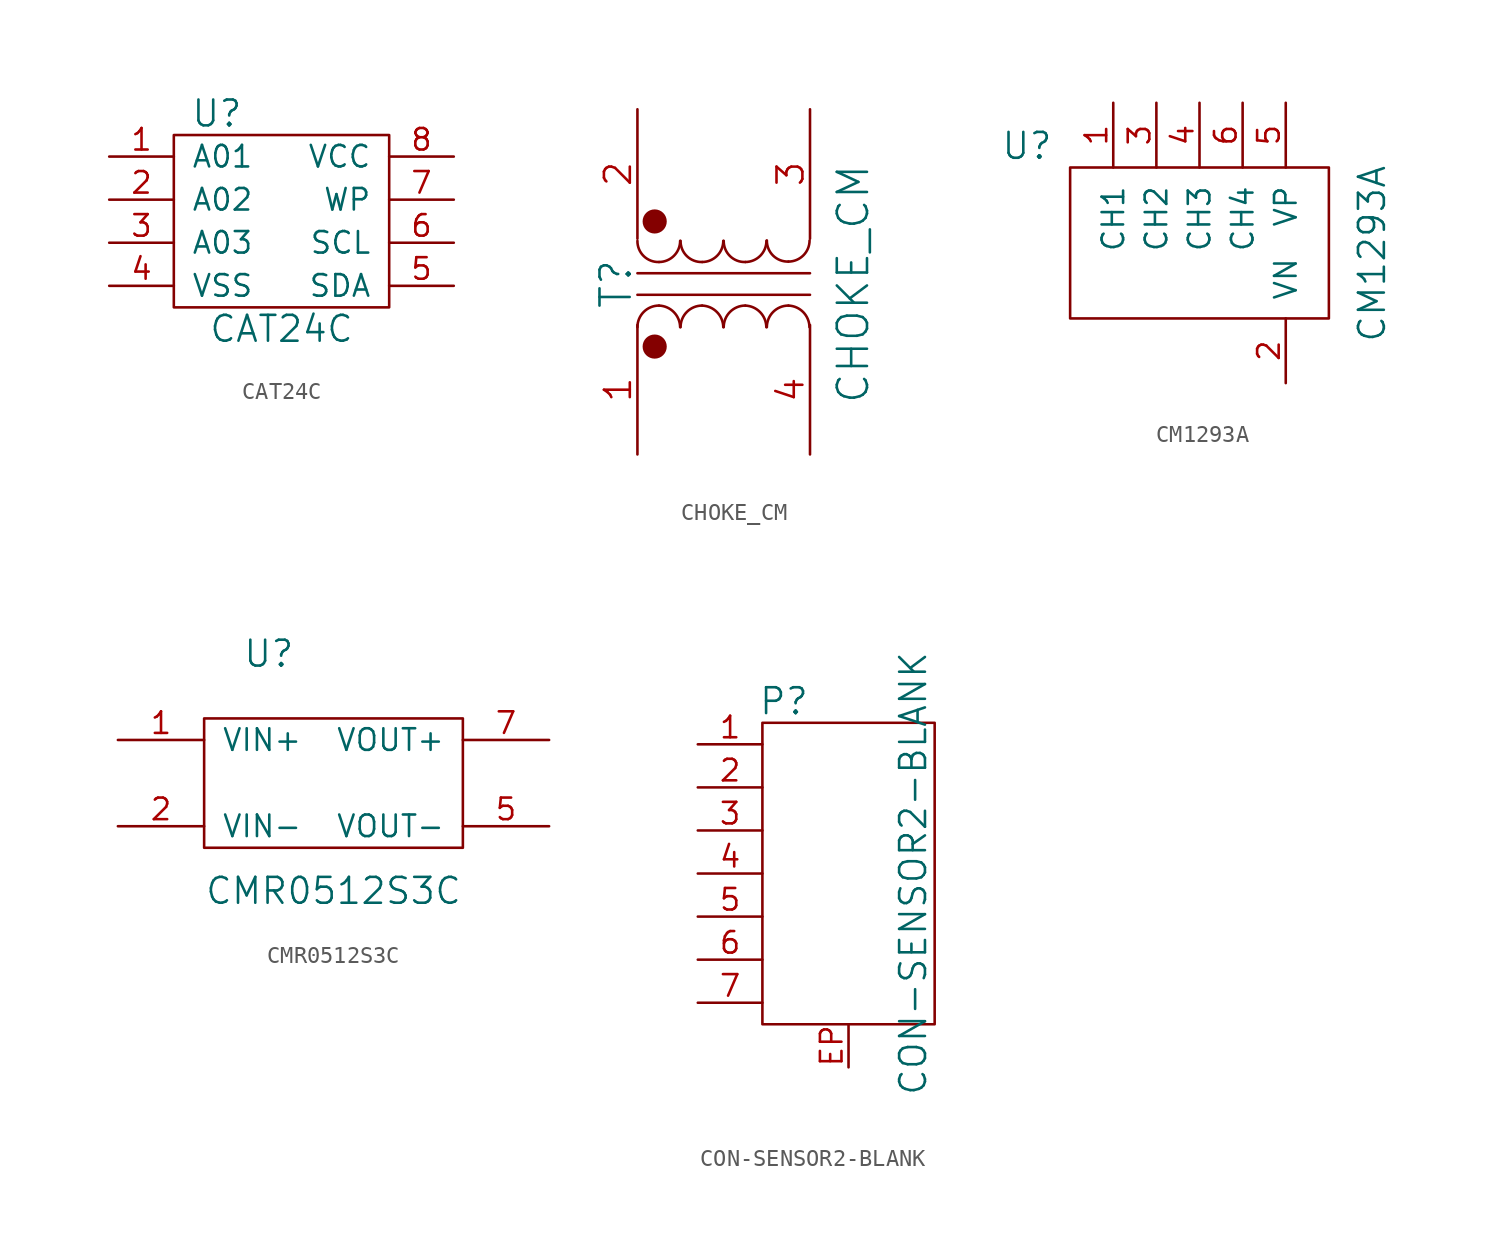
<source format=kicad_sym>
(kicad_symbol_lib
  (version 20211014)
  (generator kicad_symbol_editor)
  (symbol "CAT24C"
    (pin_names
      (offset 1.016))
    (property "Reference" "U"
      (at -3.81 12.7 0)
      (effects (font (size 1.524 1.524))))
    (property "Value" "CAT24C"
      (at 0 0 0)
      (effects (font (size 1.524 1.524))))
    (property "Footprint" ""
      (at 0 0 0)
      (effects (font (size 1.524 1.524))))
    (property "Datasheet" ""
      (at 0 0 0)
      (effects (font (size 1.524 1.524))))
    (symbol "CAT24C_0_1"
      (rectangle (start -6.35 11.43) (end 6.35 1.27) (stroke (width 0) (type default) (color 0 0 0 0)) (fill (type none))))
    (symbol "CAT24C_1_1"
      (pin passive line (at -10.16 10.16 0) (length 3.81) (name "A01" (effects (font (size 1.27 1.27)))) (number "1" (effects (font (size 1.27 1.27)))))
      (pin passive line (at -10.16 7.62 0) (length 3.81) (name "A02" (effects (font (size 1.27 1.27)))) (number "2" (effects (font (size 1.27 1.27)))))
      (pin passive line (at -10.16 5.08 0) (length 3.81) (name "A03" (effects (font (size 1.27 1.27)))) (number "3" (effects (font (size 1.27 1.27)))))
      (pin passive line (at -10.16 2.54 0) (length 3.81) (name "VSS" (effects (font (size 1.27 1.27)))) (number "4" (effects (font (size 1.27 1.27)))))
      (pin passive line (at 10.16 2.54 180) (length 3.81) (name "SDA" (effects (font (size 1.27 1.27)))) (number "5" (effects (font (size 1.27 1.27)))))
      (pin passive line (at 10.16 5.08 180) (length 3.81) (name "SCL" (effects (font (size 1.27 1.27)))) (number "6" (effects (font (size 1.27 1.27)))))
      (pin passive line (at 10.16 7.62 180) (length 3.81) (name "WP" (effects (font (size 1.27 1.27)))) (number "7" (effects (font (size 1.27 1.27)))))
      (pin passive line (at 10.16 10.16 180) (length 3.81) (name "VCC" (effects (font (size 1.27 1.27)))) (number "8" (effects (font (size 1.27 1.27)))))))
  (symbol "CHOKE_CM"
    (pin_names
      (offset 1.016) hide)
    (property "Reference" "T"
      (at -6.35 -0.127 90)
      (effects (font (size 1.778 1.778))))
    (property "Value" "CHOKE_CM"
      (at 7.62 -0.127 90)
      (effects (font (size 1.778 1.778))))
    (property "Footprint" ""
      (at 0 -0.127 90)
      (effects (font (size 1.524 1.524))))
    (property "Datasheet" ""
      (at 0 -0.127 90)
      (effects (font (size 1.524 1.524))))
    (symbol "CHOKE_CM_0_1"
      (arc (start -5.08 2.413) (mid -4.708 1.515) (end -3.81 1.1684) (stroke (width 0) (type default) (color 0 0 0 0)) (fill (type none)))
      (circle (center -4.064 -3.81) (radius 0.635) (stroke (width 0) (type default) (color 0 0 0 0)) (fill (type outline)))
      (circle (center -4.064 3.556) (radius 0.635) (stroke (width 0) (type default) (color 0 0 0 0)) (fill (type outline)))
      (arc (start -3.81 -1.397) (mid -4.708 -1.769) (end -5.08 -2.667) (stroke (width 0) (type default) (color 0 0 0 0)) (fill (type none)))
      (arc (start -3.81 1.1684) (mid -2.9299 1.5329) (end -2.5654 2.413) (stroke (width 0) (type default) (color 0 0 0 0)) (fill (type none)))
      (arc (start -2.5654 -2.667) (mid -2.9299 -1.7869) (end -3.81 -1.397) (stroke (width 0) (type default) (color 0 0 0 0)) (fill (type none)))
      (arc (start -2.54 2.413) (mid -2.168 1.515) (end -1.27 1.1684) (stroke (width 0) (type default) (color 0 0 0 0)) (fill (type none)))
      (arc (start -1.27 -1.397) (mid -2.168 -1.769) (end -2.54 -2.667) (stroke (width 0) (type default) (color 0 0 0 0)) (fill (type none)))
      (arc (start -1.27 1.1684) (mid -0.3899 1.5329) (end -0.0254 2.413) (stroke (width 0) (type default) (color 0 0 0 0)) (fill (type none)))
      (arc (start -0.0254 -2.667) (mid -0.3899 -1.7869) (end -1.27 -1.397) (stroke (width 0) (type default) (color 0 0 0 0)) (fill (type none)))
      (polyline (pts (xy -5.08 -0.762) (xy 5.08 -0.762)) (stroke (width 0) (type default) (color 0 0 0 0)) (fill (type none)))
      (polyline (pts (xy 5.08 0.508) (xy -5.08 0.508)) (stroke (width 0) (type default) (color 0 0 0 0)) (fill (type none)))
      (arc (start 0 2.413) (mid 0.372 1.515) (end 1.27 1.1684) (stroke (width 0) (type default) (color 0 0 0 0)) (fill (type none)))
      (arc (start 1.27 -1.397) (mid 0.372 -1.769) (end 0 -2.667) (stroke (width 0) (type default) (color 0 0 0 0)) (fill (type none)))
      (arc (start 1.27 1.1684) (mid 2.1501 1.5329) (end 2.5146 2.413) (stroke (width 0) (type default) (color 0 0 0 0)) (fill (type none)))
      (arc (start 2.5146 -2.667) (mid 2.1501 -1.7869) (end 1.27 -1.397) (stroke (width 0) (type default) (color 0 0 0 0)) (fill (type none)))
      (arc (start 2.54 2.4384) (mid 2.912 1.5404) (end 3.81 1.1938) (stroke (width 0) (type default) (color 0 0 0 0)) (fill (type none)))
      (arc (start 3.81 -1.397) (mid 2.912 -1.769) (end 2.54 -2.667) (stroke (width 0) (type default) (color 0 0 0 0)) (fill (type none)))
      (arc (start 3.81 1.1938) (mid 4.6901 1.5583) (end 5.0546 2.4384) (stroke (width 0) (type default) (color 0 0 0 0)) (fill (type none)))
      (arc (start 5.0546 -2.667) (mid 4.6901 -1.7869) (end 3.81 -1.397) (stroke (width 0) (type default) (color 0 0 0 0)) (fill (type none))))
    (symbol "CHOKE_CM_1_1"
      (pin passive line (at -5.08 -10.16 90) (length 7.62) (name "AA" (effects (font (size 1.524 1.524)))) (number "1" (effects (font (size 1.524 1.524)))))
      (pin passive line (at -5.08 10.16 270) (length 7.62) (name "SB" (effects (font (size 1.524 1.524)))) (number "2" (effects (font (size 1.524 1.524)))))
      (pin passive line (at 5.08 10.16 270) (length 7.62) (name "SA" (effects (font (size 1.524 1.524)))) (number "3" (effects (font (size 1.524 1.524)))))
      (pin passive line (at 5.08 -10.16 90) (length 7.62) (name "AB" (effects (font (size 1.524 1.524)))) (number "4" (effects (font (size 1.524 1.524)))))))
  (symbol "CM1293A"
    (pin_names
      (offset 1.016))
    (property "Reference" "U"
      (at -10.16 5.08 0)
      (effects (font (size 1.524 1.524))))
    (property "Value" "CM1293A"
      (at 10.16 -1.27 90)
      (effects (font (size 1.524 1.524))))
    (property "Footprint" ""
      (at 0 0 0)
      (effects (font (size 1.524 1.524))))
    (property "Datasheet" ""
      (at 0 0 0)
      (effects (font (size 1.524 1.524))))
    (symbol "CM1293A_0_1"
      (rectangle (start -7.62 3.81) (end 7.62 -5.08) (stroke (width 0) (type default) (color 0 0 0 0)) (fill (type none))))
    (symbol "CM1293A_1_1"
      (pin passive line (at -5.08 7.62 270) (length 3.81) (name "CH1" (effects (font (size 1.27 1.27)))) (number "1" (effects (font (size 1.27 1.27)))))
      (pin passive line (at 5.08 -8.89 90) (length 3.81) (name "VN" (effects (font (size 1.27 1.27)))) (number "2" (effects (font (size 1.27 1.27)))))
      (pin passive line (at -2.54 7.62 270) (length 3.81) (name "CH2" (effects (font (size 1.27 1.27)))) (number "3" (effects (font (size 1.27 1.27)))))
      (pin passive line (at 0 7.62 270) (length 3.81) (name "CH3" (effects (font (size 1.27 1.27)))) (number "4" (effects (font (size 1.27 1.27)))))
      (pin passive line (at 5.08 7.62 270) (length 3.81) (name "VP" (effects (font (size 1.27 1.27)))) (number "5" (effects (font (size 1.27 1.27)))))
      (pin passive line (at 2.54 7.62 270) (length 3.81) (name "CH4" (effects (font (size 1.27 1.27)))) (number "6" (effects (font (size 1.27 1.27)))))))
  (symbol "CMR0512S3C"
    (pin_names
      (offset 1.016))
    (property "Reference" "U"
      (at -3.81 7.62 0)
      (effects (font (size 1.524 1.524))))
    (property "Value" "CMR0512S3C"
      (at 0 -6.35 0)
      (effects (font (size 1.524 1.524))))
    (property "Footprint" ""
      (at 0 0 0)
      (effects (font (size 1.524 1.524))))
    (property "Datasheet" ""
      (at 0 0 0)
      (effects (font (size 1.524 1.524))))
    (symbol "CMR0512S3C_0_1"
      (rectangle (start -7.62 3.81) (end 7.62 -3.81) (stroke (width 0) (type default) (color 0 0 0 0)) (fill (type none))))
    (symbol "CMR0512S3C_1_1"
      (pin input line (at -12.7 2.54 0) (length 5.08) (name "VIN+" (effects (font (size 1.27 1.27)))) (number "1" (effects (font (size 1.27 1.27)))))
      (pin input line (at -12.7 -2.54 0) (length 5.08) (name "VIN-" (effects (font (size 1.27 1.27)))) (number "2" (effects (font (size 1.27 1.27)))))
      (pin input line (at 12.7 -2.54 180) (length 5.08) (name "VOUT-" (effects (font (size 1.27 1.27)))) (number "5" (effects (font (size 1.27 1.27)))))
      (pin input line (at 12.7 2.54 180) (length 5.08) (name "VOUT+" (effects (font (size 1.27 1.27)))) (number "7" (effects (font (size 1.27 1.27)))))))
  (symbol "CON-SENSOR2-BLANK"
    (pin_names
      (offset 1.016))
    (property "Reference" "P"
      (at -3.81 10.16 0)
      (effects (font (size 1.524 1.524))))
    (property "Value" "CON-SENSOR2-BLANK"
      (at 3.81 0 90)
      (effects (font (size 1.524 1.524))))
    (property "Footprint" ""
      (at 2.54 -3.81 0)
      (effects (font (size 1.524 1.524))))
    (property "Datasheet" ""
      (at 2.54 -3.81 0)
      (effects (font (size 1.524 1.524))))
    (symbol "CON-SENSOR2-BLANK_0_1"
      (rectangle (start -5.08 8.89) (end 5.08 -8.89) (stroke (width 0) (type default) (color 0 0 0 0)) (fill (type none))))
    (symbol "CON-SENSOR2-BLANK_1_1"
      (pin passive line (at -8.89 7.62 0) (length 3.81) (name "~" (effects (font (size 1.27 1.27)))) (number "1" (effects (font (size 1.27 1.27)))))
      (pin passive line (at -8.89 5.08 0) (length 3.81) (name "~" (effects (font (size 1.27 1.27)))) (number "2" (effects (font (size 1.27 1.27)))))
      (pin passive line (at -8.89 2.54 0) (length 3.81) (name "~" (effects (font (size 1.27 1.27)))) (number "3" (effects (font (size 1.27 1.27)))))
      (pin passive line (at -8.89 0 0) (length 3.81) (name "~" (effects (font (size 1.27 1.27)))) (number "4" (effects (font (size 1.27 1.27)))))
      (pin passive line (at -8.89 -2.54 0) (length 3.81) (name "~" (effects (font (size 1.27 1.27)))) (number "5" (effects (font (size 1.27 1.27)))))
      (pin passive line (at -8.89 -5.08 0) (length 3.81) (name "~" (effects (font (size 1.27 1.27)))) (number "6" (effects (font (size 1.27 1.27)))))
      (pin passive line (at -8.89 -7.62 0) (length 3.81) (name "~" (effects (font (size 1.27 1.27)))) (number "7" (effects (font (size 1.27 1.27)))))
      (pin passive line (at 0 -11.43 90) (length 2.54) (name "~" (effects (font (size 1.27 1.27)))) (number "EP" (effects (font (size 1.27 1.27))))))))
</source>
